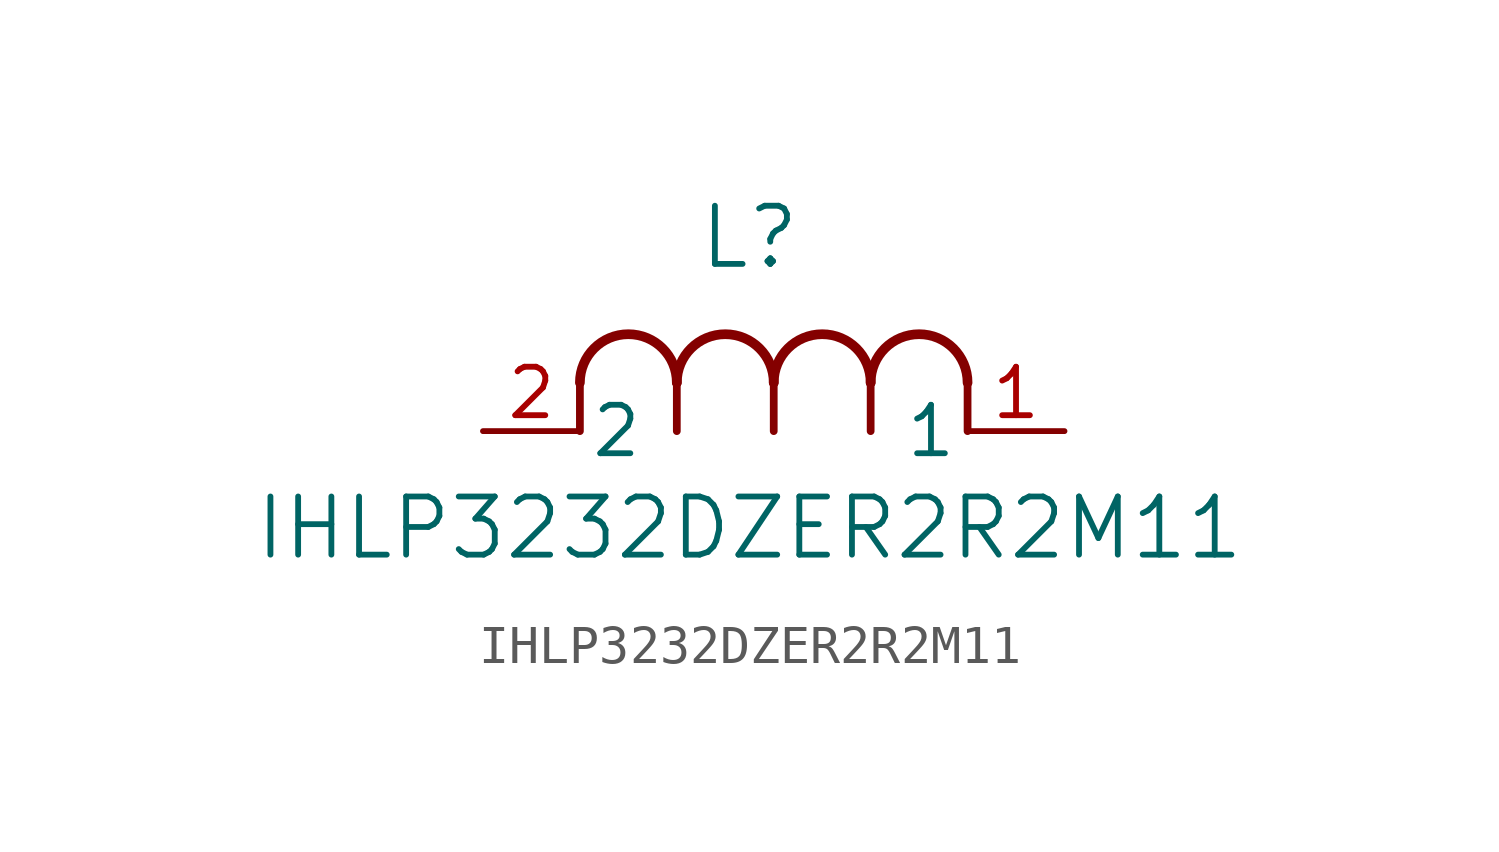
<source format=kicad_sym>
(kicad_symbol_lib
  (version 20231120)
  (generator "kicad_symbol_editor")
  (generator_version "8.0")
  (symbol "IHLP3232DZER2R2M11"
    (pin_names
      (offset 0.254))
    (property "Reference" "L"
      (at 6.985 5.08 0)
      (effects (font (size 1.524 1.524))))
    (property "Value" "IHLP3232DZER2R2M11"
      (at 6.985 -2.54 0)
      (effects (font (size 1.524 1.524))))
    (symbol "IHLP3232DZER2R2M11_1_1"
      (polyline (pts (xy 2.54 0) (xy 2.54 1.27)) (stroke (width 0.203) (type default)) (fill (type none)))
      (polyline (pts (xy 5.08 0) (xy 5.08 1.27)) (stroke (width 0.203) (type default)) (fill (type none)))
      (polyline (pts (xy 7.62 0) (xy 7.62 1.27)) (stroke (width 0.203) (type default)) (fill (type none)))
      (polyline (pts (xy 10.16 0) (xy 10.16 1.27)) (stroke (width 0.203) (type default)) (fill (type none)))
      (polyline (pts (xy 12.7 0) (xy 12.7 1.27)) (stroke (width 0.203) (type default)) (fill (type none)))
      (arc (start 5.08 1.27) (mid 3.81 2.5344) (end 2.54 1.27) (stroke (width 0.254) (type default)) (fill (type none)))
      (arc (start 7.62 1.27) (mid 6.35 2.5344) (end 5.08 1.27) (stroke (width 0.254) (type default)) (fill (type none)))
      (arc (start 10.16 1.27) (mid 8.89 2.5344) (end 7.62 1.27) (stroke (width 0.254) (type default)) (fill (type none)))
      (arc (start 12.7 1.27) (mid 11.43 2.5344) (end 10.16 1.27) (stroke (width 0.254) (type default)) (fill (type none)))
      (pin passive line (at 15.24 0 180) (length 2.54) (name "1" (effects (font (size 1.27 1.27)))) (number "1" (effects (font (size 1.27 1.27)))))
      (pin passive line (at 0 0 0) (length 2.54) (name "2" (effects (font (size 1.27 1.27)))) (number "2" (effects (font (size 1.27 1.27))))))))
</source>
